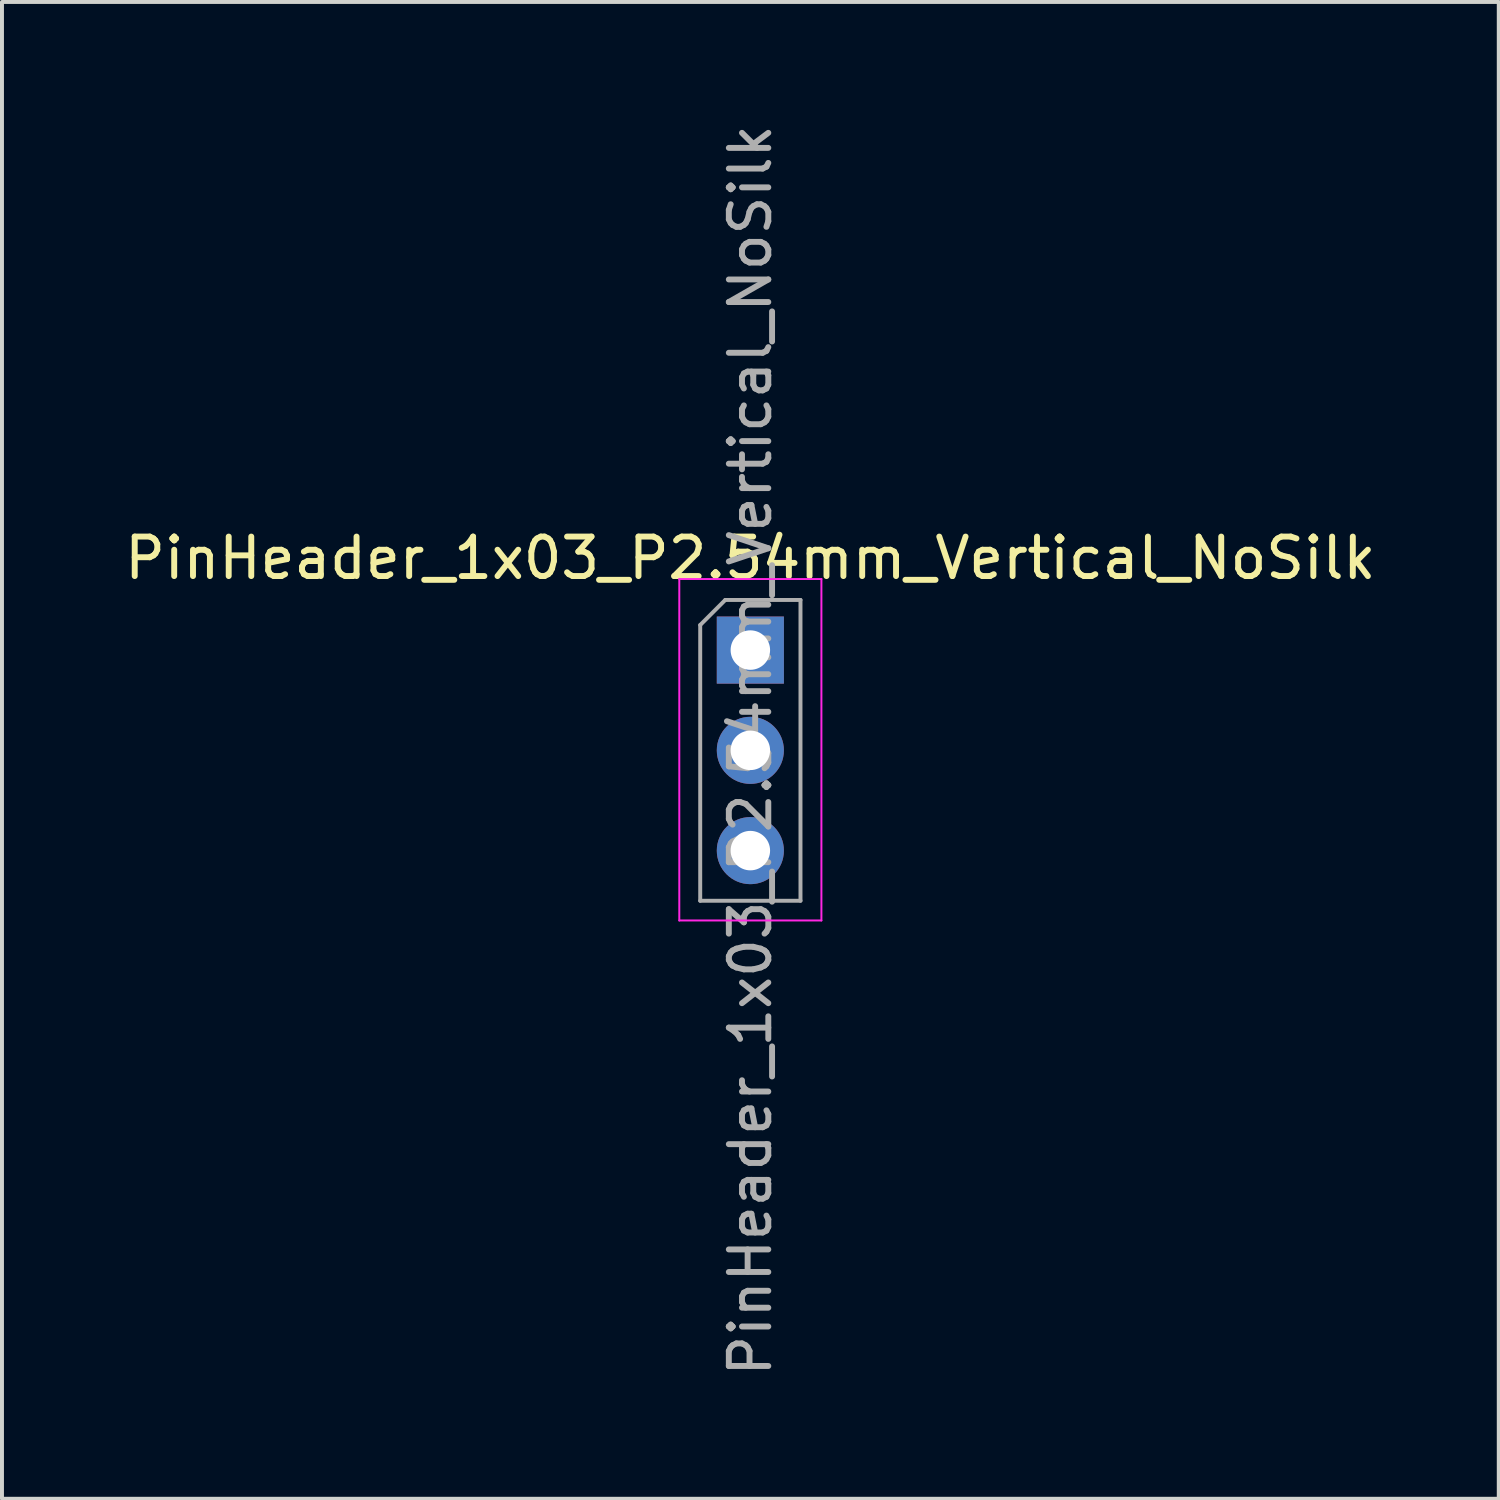
<source format=kicad_pcb>
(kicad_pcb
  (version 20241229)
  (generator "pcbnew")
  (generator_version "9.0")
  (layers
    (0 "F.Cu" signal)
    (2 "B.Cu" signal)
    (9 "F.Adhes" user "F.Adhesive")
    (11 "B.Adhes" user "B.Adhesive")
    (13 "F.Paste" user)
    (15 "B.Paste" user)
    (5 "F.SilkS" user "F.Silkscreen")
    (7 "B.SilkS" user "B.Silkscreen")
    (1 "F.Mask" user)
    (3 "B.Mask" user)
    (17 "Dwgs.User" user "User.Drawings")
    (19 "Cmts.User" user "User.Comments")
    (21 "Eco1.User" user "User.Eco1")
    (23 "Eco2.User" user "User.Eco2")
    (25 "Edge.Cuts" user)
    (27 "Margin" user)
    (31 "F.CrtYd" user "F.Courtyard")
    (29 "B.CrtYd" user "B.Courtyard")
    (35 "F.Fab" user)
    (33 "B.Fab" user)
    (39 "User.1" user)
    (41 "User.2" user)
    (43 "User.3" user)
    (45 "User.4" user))
  (footprint "PinHeader_1x03_P2.54mm_Vertical_NoSilk"
    (layer "F.Cu")
    (at 15.958 13.418)
    (property "Reference" "PinHeader_1x03_P2.54mm_Vertical_NoSilk" (at 0 -2.33 0) (layer "F.SilkS") (effects (font (size 1 1) (thickness 0.15))))
    (attr through_hole)
    (fp_line (start -1.8 -1.8) (end -1.8 6.85) (stroke (width 0.05) (type solid)) (layer "F.CrtYd"))
    (fp_line (start -1.8 6.85) (end 1.8 6.85) (stroke (width 0.05) (type solid)) (layer "F.CrtYd"))
    (fp_line (start 1.8 -1.8) (end -1.8 -1.8) (stroke (width 0.05) (type solid)) (layer "F.CrtYd"))
    (fp_line (start 1.8 6.85) (end 1.8 -1.8) (stroke (width 0.05) (type solid)) (layer "F.CrtYd"))
    (fp_line (start -1.27 -0.635) (end -0.635 -1.27) (stroke (width 0.1) (type solid)) (layer "F.Fab"))
    (fp_line (start -1.27 6.35) (end -1.27 -0.635) (stroke (width 0.1) (type solid)) (layer "F.Fab"))
    (fp_line (start -0.635 -1.27) (end 1.27 -1.27) (stroke (width 0.1) (type solid)) (layer "F.Fab"))
    (fp_line (start 1.27 -1.27) (end 1.27 6.35) (stroke (width 0.1) (type solid)) (layer "F.Fab"))
    (fp_line (start 1.27 6.35) (end -1.27 6.35) (stroke (width 0.1) (type solid)) (layer "F.Fab"))
    (fp_text user "${REFERENCE}" (at 0 2.54 90) (layer "F.Fab") (effects (font (size 1 1) (thickness 0.15))))
    (pad "1" thru_hole rect (at 0 0) (size 1.7 1.7) (drill 1) (layers "*.Cu" "*.Mask"))
    (pad "2" thru_hole oval (at 0 2.54) (size 1.7 1.7) (drill 1) (layers "*.Cu" "*.Mask"))
    (pad "3" thru_hole oval (at 0 5.08) (size 1.7 1.7) (drill 1) (layers "*.Cu" "*.Mask")))
  (gr_rect
    (start -3 -3)
    (end 34.917 34.917)
    (stroke (width 0.1) (type default))
    (fill no)
    (layer "Edge.Cuts")))
</source>
